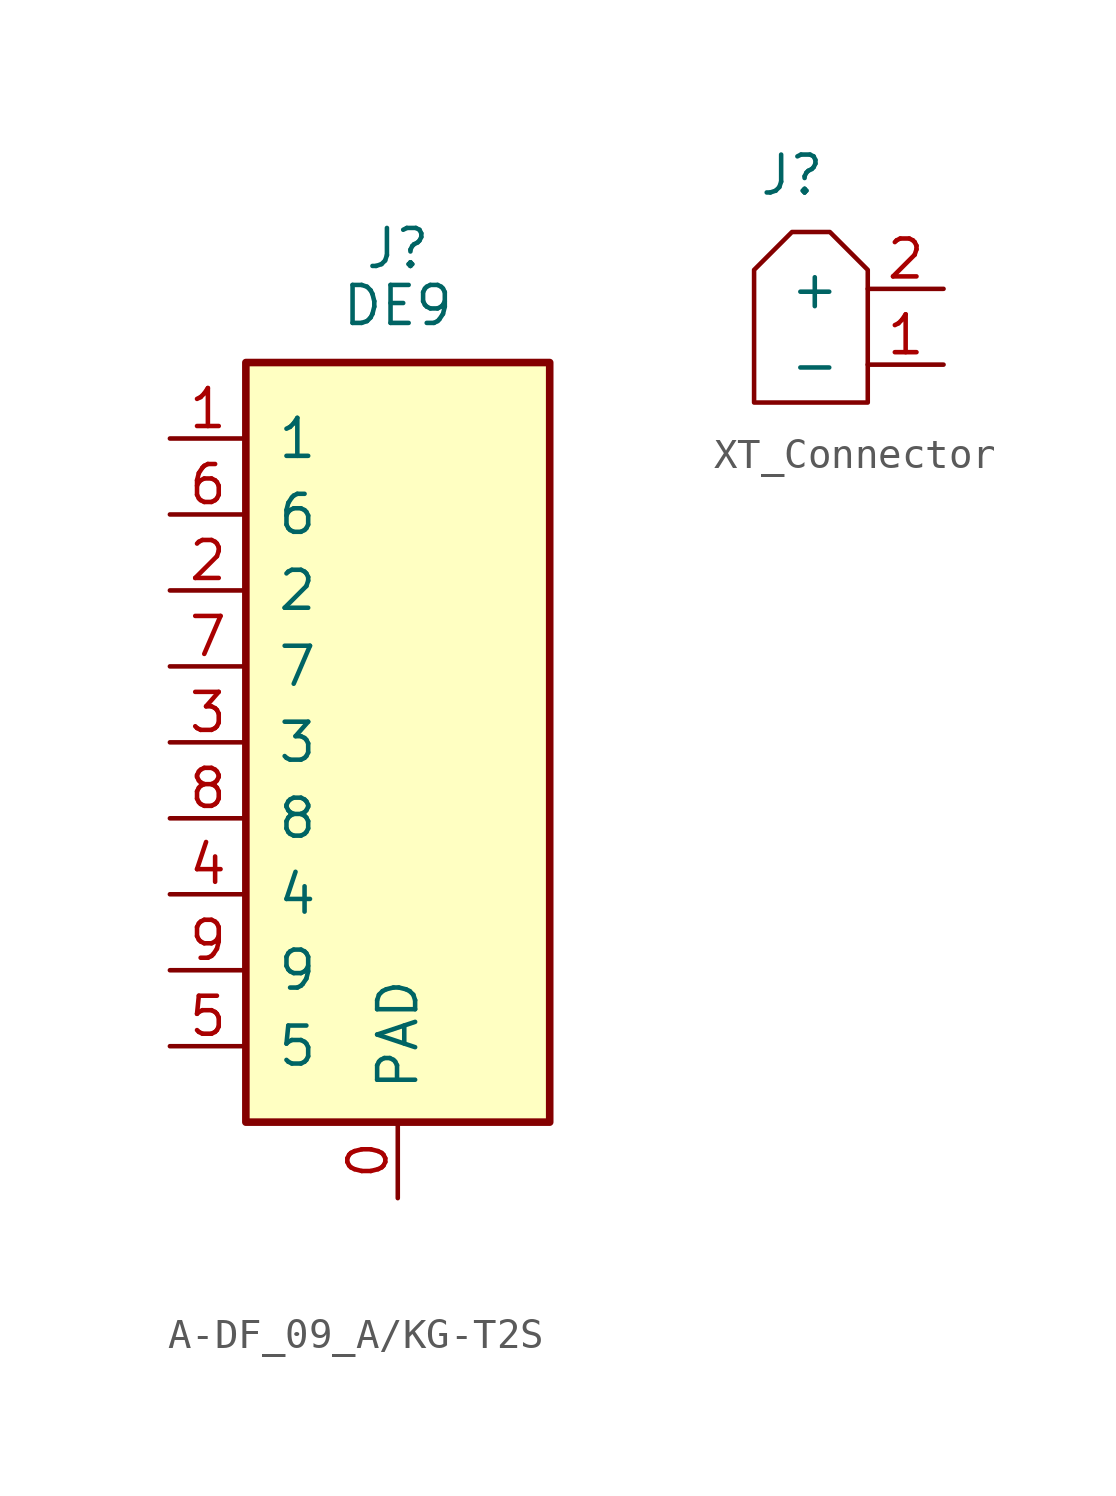
<source format=kicad_sym>
(kicad_symbol_lib
  (version 20241209)
  (generator "kicad_symbol_editor")
  (generator_version "9.0")
  (symbol "A-DF_09_A/KG-T2S"
    (pin_names
      (offset 1.016))
    (property "Reference" "J"
      (at 0 16.51 0)
      (effects (font (size 1.27 1.27))))
    (property "Value" "DE9"
      (at 0 14.605 0)
      (effects (font (size 1.27 1.27))))
    (symbol "A-DF_09_A/KG-T2S_0_1"
      (polyline (pts (xy -5.08 12.7) (xy -5.08 -12.7) (xy 5.08 -12.7) (xy 5.08 12.7) (xy -5.08 12.7)) (stroke (width 0.254) (type default)) (fill (type background))))
    (symbol "A-DF_09_A/KG-T2S_1_1"
      (pin passive line (at -7.62 10.16 0) (length 2.54) (name "1" (effects (font (size 1.27 1.27)))) (number "1" (effects (font (size 1.27 1.27)))) (alternate "CAN_B_L" passive line))
      (pin passive line (at -7.62 7.62 0) (length 2.54) (name "6" (effects (font (size 1.27 1.27)))) (number "6" (effects (font (size 1.27 1.27)))))
      (pin passive line (at -7.62 5.08 0) (length 2.54) (name "2" (effects (font (size 1.27 1.27)))) (number "2" (effects (font (size 1.27 1.27)))) (alternate "CAN_A_L" passive line))
      (pin passive line (at -7.62 2.54 0) (length 2.54) (name "7" (effects (font (size 1.27 1.27)))) (number "7" (effects (font (size 1.27 1.27)))) (alternate "CAN_A_H" passive line))
      (pin passive line (at -7.62 0 0) (length 2.54) (name "3" (effects (font (size 1.27 1.27)))) (number "3" (effects (font (size 1.27 1.27)))))
      (pin passive line (at -7.62 -2.54 0) (length 2.54) (name "8" (effects (font (size 1.27 1.27)))) (number "8" (effects (font (size 1.27 1.27)))) (alternate "CAN_B_H" passive line))
      (pin passive line (at -7.62 -5.08 0) (length 2.54) (name "4" (effects (font (size 1.27 1.27)))) (number "4" (effects (font (size 1.27 1.27)))))
      (pin passive line (at -7.62 -7.62 0) (length 2.54) (name "9" (effects (font (size 1.27 1.27)))) (number "9" (effects (font (size 1.27 1.27)))))
      (pin passive line (at -7.62 -10.16 0) (length 2.54) (name "5" (effects (font (size 1.27 1.27)))) (number "5" (effects (font (size 1.27 1.27)))))
      (pin passive line (at 0 -15.24 90) (length 2.54) (name "PAD" (effects (font (size 1.27 1.27)))) (number "0" (effects (font (size 1.27 1.27)))))))
  (symbol "XT_Connector"
    (pin_names
      (offset 0.889))
    (property "Reference" "J"
      (at -2.54 3.81 0)
      (effects (font (size 1.27 1.27))))
    (property "Value" ""
      (at 0 0 0)
      (effects (font (size 1.27 1.27))))
    (symbol "XT_Connector_0_1"
      (polyline (pts (xy 0 0.635) (xy 0 -3.81) (xy 0 -3.81) (xy -3.81 -3.81) (xy -3.81 0.635) (xy -2.54 1.905) (xy -1.27 1.905) (xy 0 0.635)) (stroke (width 0) (type default)) (fill (type none))))
    (symbol "XT_Connector_1_1"
      (pin input line (at 2.54 0 180) (length 2.54) (name "+" (effects (font (size 1.27 1.27)))) (number "2" (effects (font (size 1.27 1.27)))))
      (pin input line (at 2.54 -2.54 180) (length 2.54) (name "-" (effects (font (size 1.27 1.27)))) (number "1" (effects (font (size 1.27 1.27))))))))
</source>
